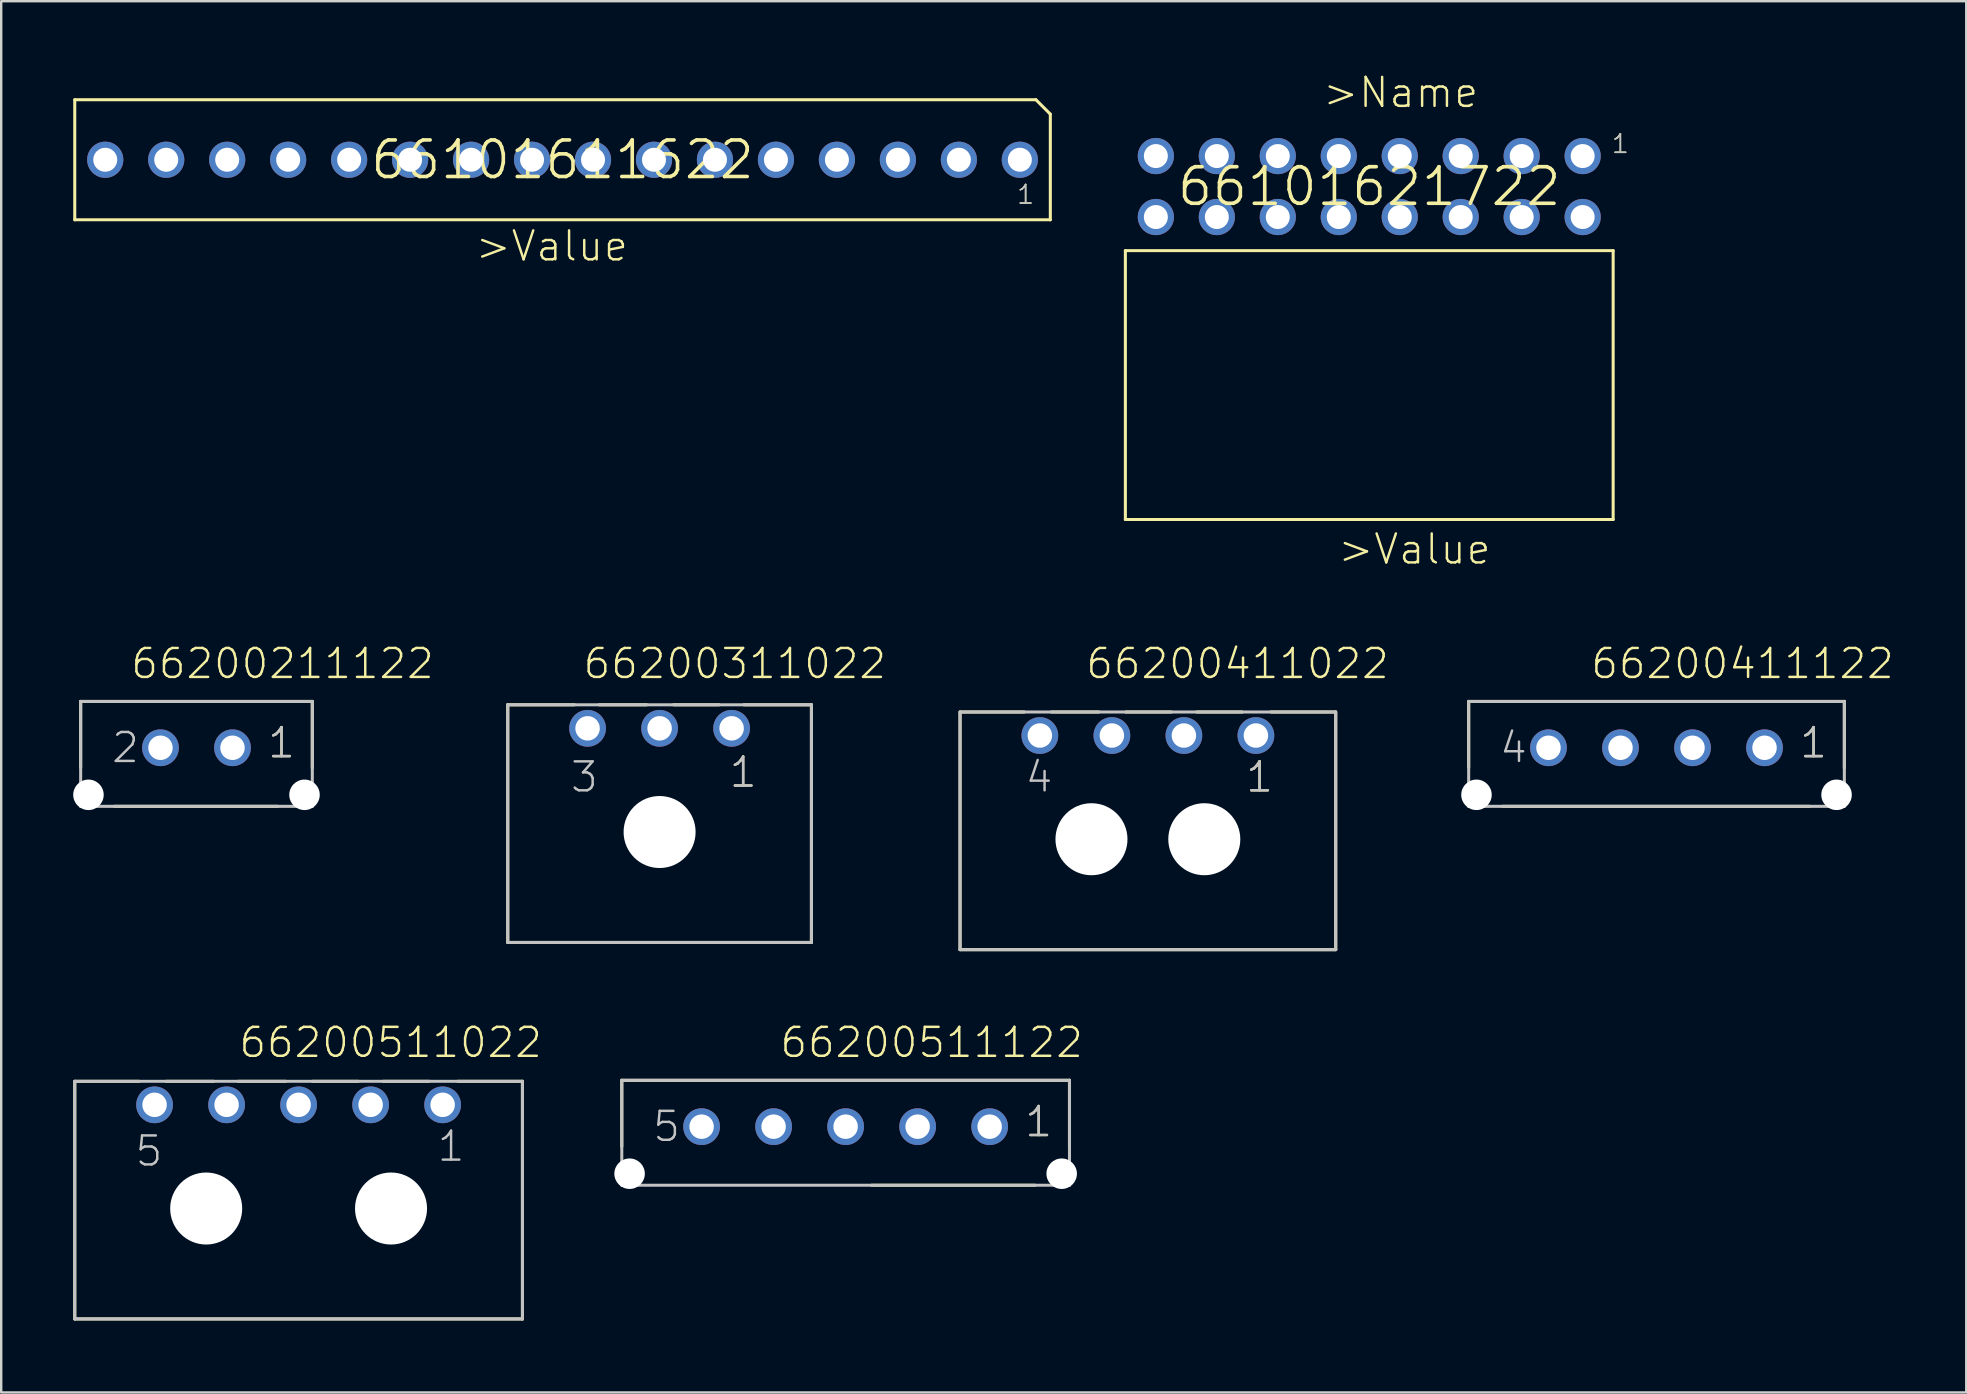
<source format=kicad_pcb>
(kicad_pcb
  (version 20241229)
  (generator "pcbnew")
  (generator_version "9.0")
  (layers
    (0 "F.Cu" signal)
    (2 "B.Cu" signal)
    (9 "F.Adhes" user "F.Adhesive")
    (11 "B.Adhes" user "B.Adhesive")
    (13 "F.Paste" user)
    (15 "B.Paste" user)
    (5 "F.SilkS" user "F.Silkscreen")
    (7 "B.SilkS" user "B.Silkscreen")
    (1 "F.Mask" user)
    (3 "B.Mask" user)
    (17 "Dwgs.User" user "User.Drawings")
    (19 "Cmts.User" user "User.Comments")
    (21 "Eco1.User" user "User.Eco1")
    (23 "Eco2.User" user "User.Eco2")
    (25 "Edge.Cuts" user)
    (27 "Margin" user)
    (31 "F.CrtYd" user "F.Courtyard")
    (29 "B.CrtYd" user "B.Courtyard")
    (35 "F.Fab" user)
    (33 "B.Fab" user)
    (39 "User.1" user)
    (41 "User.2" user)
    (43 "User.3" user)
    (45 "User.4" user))
  (footprint "66200211122"
    (layer "F.Cu")
    (at 5.135 28.1)
    (property "Reference" "66200211122" (at -2.8 -2.8 0) (layer "F.SilkS") (effects (font (size 1.206 1.206) (thickness 0.102)) (justify left bottom)))
    (attr through_hole)
    (fp_line (start -4.825 -1.93) (end 4.825 -1.93) (stroke (width 0.127) (type solid)) (layer "F.SilkS"))
    (fp_line (start -4.825 0.825) (end -4.825 -1.93) (stroke (width 0.127) (type solid)) (layer "F.SilkS"))
    (fp_line (start -3.42 2.44) (end 3.39 2.44) (stroke (width 0.127) (type solid)) (layer "F.SilkS"))
    (fp_line (start 4.825 -1.93) (end 4.825 0.845) (stroke (width 0.127) (type solid)) (layer "F.SilkS"))
    (fp_line (start -4.825 -1.93) (end 4.825 -1.93) (stroke (width 0.127) (type solid)) (layer "Dwgs.User"))
    (fp_line (start -4.825 2.44) (end -4.825 -1.93) (stroke (width 0.127) (type solid)) (layer "Dwgs.User"))
    (fp_line (start 4.825 -1.93) (end 4.825 2.44) (stroke (width 0.127) (type solid)) (layer "Dwgs.User"))
    (fp_line (start 4.825 2.44) (end -4.825 2.44) (stroke (width 0.127) (type solid)) (layer "Dwgs.User"))
    (fp_text user "1" (at 2.9 0.5 0) (layer "F.SilkS") (effects (font (size 1.206 1.206) (thickness 0.102)) (justify left bottom)))
    (fp_text user "2" (at -3.6 0.7 0) (layer "Dwgs.User") (effects (font (size 1.206 1.206) (thickness 0.102)) (justify left bottom)))
    (fp_text user "1" (at 2.9 0.5 0) (layer "Dwgs.User") (effects (font (size 1.206 1.206) (thickness 0.102)) (justify left bottom)))
    (pad "" np_thru_hole circle (at -4.5 1.96) (size 1.27 1.27) (drill 1.27) (layers "*.Cu"))
    (pad "" np_thru_hole circle (at 4.5 1.96) (size 1.27 1.27) (drill 1.27) (layers "*.Cu"))
    (pad "1" thru_hole circle (at 1.5 0) (size 1.53 1.53) (drill 1.02) (layers "*.Cu" "*.Mask"))
    (pad "2" thru_hole circle (at -1.5 0) (size 1.53 1.53) (drill 1.02) (layers "*.Cu" "*.Mask")))
  (footprint "66200511122"
    (layer "F.Cu")
    (at 32.177 43.884)
    (property "Reference" "66200511122" (at -2.8 -2.8 0) (layer "F.SilkS") (effects (font (size 1.206 1.206) (thickness 0.102)) (justify left bottom)))
    (attr through_hole)
    (fp_line (start -9.325 -1.93) (end 9.325 -1.93) (stroke (width 0.127) (type solid)) (layer "F.SilkS"))
    (fp_line (start -9.325 0.825) (end -9.325 -1.93) (stroke (width 0.127) (type solid)) (layer "F.SilkS"))
    (fp_line (start 1.08 2.44) (end 7.89 2.44) (stroke (width 0.127) (type solid)) (layer "F.SilkS"))
    (fp_line (start 9.325 -1.93) (end 9.325 0.845) (stroke (width 0.127) (type solid)) (layer "F.SilkS"))
    (fp_line (start -9.325 -1.93) (end 9.325 -1.93) (stroke (width 0.127) (type solid)) (layer "Dwgs.User"))
    (fp_line (start -9.325 2.44) (end -9.325 -1.93) (stroke (width 0.127) (type solid)) (layer "Dwgs.User"))
    (fp_line (start 9.325 -1.93) (end 9.325 2.44) (stroke (width 0.127) (type solid)) (layer "Dwgs.User"))
    (fp_line (start 9.325 2.44) (end -9.325 2.44) (stroke (width 0.127) (type solid)) (layer "Dwgs.User"))
    (fp_text user "1" (at 7.4 0.5 0) (layer "F.SilkS") (effects (font (size 1.206 1.206) (thickness 0.102)) (justify left bottom)))
    (fp_text user "5" (at -8.1 0.7 0) (layer "Dwgs.User") (effects (font (size 1.206 1.206) (thickness 0.102)) (justify left bottom)))
    (fp_text user "1" (at 7.4 0.5 0) (layer "Dwgs.User") (effects (font (size 1.206 1.206) (thickness 0.102)) (justify left bottom)))
    (pad "" np_thru_hole circle (at -9 1.96) (size 1.27 1.27) (drill 1.27) (layers "*.Cu"))
    (pad "" np_thru_hole circle (at 9 1.96) (size 1.27 1.27) (drill 1.27) (layers "*.Cu"))
    (pad "1" thru_hole circle (at 6 0) (size 1.53 1.53) (drill 1.02) (layers "*.Cu" "*.Mask"))
    (pad "2" thru_hole circle (at 3 0) (size 1.53 1.53) (drill 1.02) (layers "*.Cu" "*.Mask"))
    (pad "3" thru_hole circle (at 0 0) (size 1.53 1.53) (drill 1.02) (layers "*.Cu" "*.Mask"))
    (pad "4" thru_hole circle (at -3 0) (size 1.53 1.53) (drill 1.02) (layers "*.Cu" "*.Mask"))
    (pad "5" thru_hole circle (at -6 0) (size 1.53 1.53) (drill 1.02) (layers "*.Cu" "*.Mask")))
  (footprint "66101621722"
    (layer "F.Cu")
    (at 53.99 4.721)
    (property "Reference" "66101621722" (at 0 0 0) (layer "F.SilkS") (effects (font (size 1.524 1.524) (thickness 0.15))))
    (attr through_hole)
    (fp_line (start -10.16 2.67) (end -10.16 13.87) (stroke (width 0.127) (type solid)) (layer "F.SilkS"))
    (fp_line (start -10.16 2.67) (end 10.16 2.67) (stroke (width 0.127) (type solid)) (layer "F.SilkS"))
    (fp_line (start -10.16 13.87) (end 10.16 13.87) (stroke (width 0.127) (type solid)) (layer "F.SilkS"))
    (fp_line (start 10.16 2.67) (end 10.16 13.87) (stroke (width 0.127) (type solid)) (layer "F.SilkS"))
    (fp_text user "1" (at 10.05 -1.33 0) (layer "F.SilkS") (effects (font (size 0.772 0.772) (thickness 0.065)) (justify left bottom)))
    (fp_text user ">Value" (at -1.37 15.81 0) (layer "F.SilkS") (effects (font (size 1.206 1.206) (thickness 0.102)) (justify left bottom)))
    (fp_text user ">Name" (at -2 -3.21 0) (layer "F.SilkS") (effects (font (size 1.206 1.206) (thickness 0.102)) (justify left bottom)))
    (fp_text user "1" (at 10.05 -1.33 0) (layer "Dwgs.User") (effects (font (size 0.772 0.772) (thickness 0.065)) (justify left bottom)))
    (pad "1" thru_hole circle (at 8.89 -1.27 180) (size 1.508 1.508) (drill 1) (layers "*.Cu" "*.Mask"))
    (pad "2" thru_hole circle (at 6.35 -1.27 180) (size 1.508 1.508) (drill 1) (layers "*.Cu" "*.Mask"))
    (pad "3" thru_hole circle (at 3.81 -1.27 180) (size 1.508 1.508) (drill 1) (layers "*.Cu" "*.Mask"))
    (pad "4" thru_hole circle (at 1.27 -1.27 180) (size 1.508 1.508) (drill 1) (layers "*.Cu" "*.Mask"))
    (pad "5" thru_hole circle (at -1.27 -1.27 180) (size 1.508 1.508) (drill 1) (layers "*.Cu" "*.Mask"))
    (pad "6" thru_hole circle (at -3.81 -1.27 180) (size 1.508 1.508) (drill 1) (layers "*.Cu" "*.Mask"))
    (pad "7" thru_hole circle (at -6.35 -1.27 180) (size 1.508 1.508) (drill 1) (layers "*.Cu" "*.Mask"))
    (pad "8" thru_hole circle (at -8.89 -1.27 180) (size 1.508 1.508) (drill 1) (layers "*.Cu" "*.Mask"))
    (pad "9" thru_hole circle (at -8.89 1.27 180) (size 1.508 1.508) (drill 1) (layers "*.Cu" "*.Mask"))
    (pad "10" thru_hole circle (at -6.35 1.27 180) (size 1.508 1.508) (drill 1) (layers "*.Cu" "*.Mask"))
    (pad "11" thru_hole circle (at -3.81 1.27 180) (size 1.508 1.508) (drill 1) (layers "*.Cu" "*.Mask"))
    (pad "12" thru_hole circle (at -1.27 1.27 180) (size 1.508 1.508) (drill 1) (layers "*.Cu" "*.Mask"))
    (pad "13" thru_hole circle (at 1.27 1.27 180) (size 1.508 1.508) (drill 1) (layers "*.Cu" "*.Mask"))
    (pad "14" thru_hole circle (at 3.81 1.27 180) (size 1.508 1.508) (drill 1) (layers "*.Cu" "*.Mask"))
    (pad "15" thru_hole circle (at 6.35 1.27 180) (size 1.508 1.508) (drill 1) (layers "*.Cu" "*.Mask"))
    (pad "16" thru_hole circle (at 8.89 1.27 180) (size 1.508 1.508) (drill 1) (layers "*.Cu" "*.Mask")))
  (footprint "66101611622"
    (layer "F.Cu")
    (at 20.384 3.605)
    (property "Reference" "66101611622" (at 0 0 0) (layer "F.SilkS") (effects (font (size 1.524 1.524) (thickness 0.15))))
    (attr through_hole)
    (fp_line (start -20.32 -2.5) (end -20.32 2.5) (stroke (width 0.127) (type solid)) (layer "F.SilkS"))
    (fp_line (start -20.32 -2.5) (end 19.72 -2.5) (stroke (width 0.127) (type solid)) (layer "F.SilkS"))
    (fp_line (start -20.32 2.5) (end 20.32 2.5) (stroke (width 0.127) (type solid)) (layer "F.SilkS"))
    (fp_line (start 19.72 -2.5) (end 20.32 -1.9) (stroke (width 0.127) (type solid)) (layer "F.SilkS"))
    (fp_line (start 20.32 -1.9) (end 20.32 2.5) (stroke (width 0.127) (type solid)) (layer "F.SilkS"))
    (fp_text user ">Value" (at -3.7 4.3 0) (layer "F.SilkS") (effects (font (size 1.206 1.206) (thickness 0.102)) (justify left bottom)))
    (fp_text user "1" (at 18.88 1.9 0) (layer "F.SilkS") (effects (font (size 0.772 0.772) (thickness 0.065)) (justify left bottom)))
    (fp_text user "" (at -3.8 -3.3 0) (layer "F.SilkS") (effects (font (size 1.206 1.206) (thickness 0.102)) (justify left bottom)))
    (fp_text user "1" (at 18.88 1.9 0) (layer "Dwgs.User") (effects (font (size 0.772 0.772) (thickness 0.065)) (justify left bottom)))
    (pad "1" thru_hole circle (at 19.05 0 180) (size 1.508 1.508) (drill 1) (layers "*.Cu" "*.Mask"))
    (pad "2" thru_hole circle (at 16.51 0 180) (size 1.508 1.508) (drill 1) (layers "*.Cu" "*.Mask"))
    (pad "3" thru_hole circle (at 13.97 0 180) (size 1.508 1.508) (drill 1) (layers "*.Cu" "*.Mask"))
    (pad "4" thru_hole circle (at 11.43 0 180) (size 1.508 1.508) (drill 1) (layers "*.Cu" "*.Mask"))
    (pad "5" thru_hole circle (at 8.89 0 180) (size 1.508 1.508) (drill 1) (layers "*.Cu" "*.Mask"))
    (pad "6" thru_hole circle (at 6.35 0 180) (size 1.508 1.508) (drill 1) (layers "*.Cu" "*.Mask"))
    (pad "7" thru_hole circle (at 3.81 0 180) (size 1.508 1.508) (drill 1) (layers "*.Cu" "*.Mask"))
    (pad "8" thru_hole circle (at 1.27 0 180) (size 1.508 1.508) (drill 1) (layers "*.Cu" "*.Mask"))
    (pad "9" thru_hole circle (at -1.27 0 180) (size 1.508 1.508) (drill 1) (layers "*.Cu" "*.Mask"))
    (pad "10" thru_hole circle (at -3.81 0 180) (size 1.508 1.508) (drill 1) (layers "*.Cu" "*.Mask"))
    (pad "11" thru_hole circle (at -6.35 0 180) (size 1.508 1.508) (drill 1) (layers "*.Cu" "*.Mask"))
    (pad "12" thru_hole circle (at -8.89 0 180) (size 1.508 1.508) (drill 1) (layers "*.Cu" "*.Mask"))
    (pad "13" thru_hole circle (at -11.43 0 180) (size 1.508 1.508) (drill 1) (layers "*.Cu" "*.Mask"))
    (pad "14" thru_hole circle (at -13.97 0 180) (size 1.508 1.508) (drill 1) (layers "*.Cu" "*.Mask"))
    (pad "15" thru_hole circle (at -16.51 0 180) (size 1.508 1.508) (drill 1) (layers "*.Cu" "*.Mask"))
    (pad "16" thru_hole circle (at -19.05 0 180) (size 1.508 1.508) (drill 1) (layers "*.Cu" "*.Mask")))
  (footprint "66200411122"
    (layer "F.Cu")
    (at 65.956 28.1)
    (property "Reference" "66200411122" (at -2.8 -2.8 0) (layer "F.SilkS") (effects (font (size 1.206 1.206) (thickness 0.102)) (justify left bottom)))
    (attr through_hole)
    (fp_line (start -7.825 -1.93) (end 7.825 -1.93) (stroke (width 0.127) (type solid)) (layer "F.SilkS"))
    (fp_line (start -7.825 0.825) (end -7.825 -1.93) (stroke (width 0.127) (type solid)) (layer "F.SilkS"))
    (fp_line (start -6.42 2.44) (end 6.39 2.44) (stroke (width 0.127) (type solid)) (layer "F.SilkS"))
    (fp_line (start 7.825 -1.93) (end 7.825 0.845) (stroke (width 0.127) (type solid)) (layer "F.SilkS"))
    (fp_line (start -7.825 -1.93) (end 7.825 -1.93) (stroke (width 0.127) (type solid)) (layer "Dwgs.User"))
    (fp_line (start -7.825 2.44) (end -7.825 -1.93) (stroke (width 0.127) (type solid)) (layer "Dwgs.User"))
    (fp_line (start 7.825 -1.93) (end 7.825 2.44) (stroke (width 0.127) (type solid)) (layer "Dwgs.User"))
    (fp_line (start 7.825 2.44) (end -7.825 2.44) (stroke (width 0.127) (type solid)) (layer "Dwgs.User"))
    (fp_text user "1" (at 5.9 0.5 0) (layer "F.SilkS") (effects (font (size 1.206 1.206) (thickness 0.102)) (justify left bottom)))
    (fp_text user "1" (at 5.9 0.5 0) (layer "Dwgs.User") (effects (font (size 1.206 1.206) (thickness 0.102)) (justify left bottom)))
    (fp_text user "4" (at -6.6 0.7 0) (layer "Dwgs.User") (effects (font (size 1.206 1.206) (thickness 0.102)) (justify left bottom)))
    (pad "" np_thru_hole circle (at -7.5 1.96) (size 1.27 1.27) (drill 1.27) (layers "*.Cu"))
    (pad "" np_thru_hole circle (at 7.5 1.96) (size 1.27 1.27) (drill 1.27) (layers "*.Cu"))
    (pad "1" thru_hole circle (at 4.5 0) (size 1.53 1.53) (drill 1.02) (layers "*.Cu" "*.Mask"))
    (pad "2" thru_hole circle (at 1.5 0) (size 1.53 1.53) (drill 1.02) (layers "*.Cu" "*.Mask"))
    (pad "3" thru_hole circle (at -1.5 0) (size 1.53 1.53) (drill 1.02) (layers "*.Cu" "*.Mask"))
    (pad "4" thru_hole circle (at -4.5 0) (size 1.53 1.53) (drill 1.02) (layers "*.Cu" "*.Mask")))
  (footprint "66200511022"
    (layer "F.Cu")
    (at 9.389 47.294)
    (property "Reference" "66200511022" (at -2.55 -6.21 0) (layer "F.SilkS") (effects (font (size 1.206 1.206) (thickness 0.102)) (justify left bottom)))
    (attr through_hole)
    (fp_line (start -9.325 4.6) (end -9.325 -5.3) (stroke (width 0.127) (type solid)) (layer "F.SilkS"))
    (fp_line (start -9.3 -5.3) (end -6.65 -5.3) (stroke (width 0.127) (type solid)) (layer "F.SilkS"))
    (fp_line (start -5.52 -5.3) (end -3.54 -5.3) (stroke (width 0.127) (type solid)) (layer "F.SilkS"))
    (fp_line (start -2.52 -5.3) (end -0.54 -5.3) (stroke (width 0.127) (type solid)) (layer "F.SilkS"))
    (fp_line (start 0.58 -5.3) (end 2.48 -5.3) (stroke (width 0.127) (type solid)) (layer "F.SilkS"))
    (fp_line (start 3.53 -5.3) (end 5.43 -5.3) (stroke (width 0.127) (type solid)) (layer "F.SilkS"))
    (fp_line (start 6.63 -5.3) (end 9.3 -5.3) (stroke (width 0.127) (type solid)) (layer "F.SilkS"))
    (fp_line (start 9.325 -5.3) (end 9.325 4.6) (stroke (width 0.127) (type solid)) (layer "F.SilkS"))
    (fp_line (start 9.325 4.6) (end -9.325 4.6) (stroke (width 0.127) (type solid)) (layer "F.SilkS"))
    (fp_line (start -9.325 -5.3) (end 9.325 -5.3) (stroke (width 0.127) (type solid)) (layer "Dwgs.User"))
    (fp_line (start -9.325 4.6) (end -9.325 -5.3) (stroke (width 0.127) (type solid)) (layer "Dwgs.User"))
    (fp_line (start 9.325 -5.3) (end 9.325 4.6) (stroke (width 0.127) (type solid)) (layer "Dwgs.User"))
    (fp_line (start 9.325 4.6) (end -9.325 4.6) (stroke (width 0.127) (type solid)) (layer "Dwgs.User"))
    (fp_text user "1" (at 5.71 -1.885 0) (layer "Dwgs.User") (effects (font (size 1.206 1.206) (thickness 0.102)) (justify left bottom)))
    (fp_text user "5" (at -6.875 -1.685 0) (layer "Dwgs.User") (effects (font (size 1.206 1.206) (thickness 0.102)) (justify left bottom)))
    (pad "" np_thru_hole circle (at -3.85 0) (size 3 3) (drill 3) (layers "*.Cu"))
    (pad "" np_thru_hole circle (at 3.85 0) (size 3 3) (drill 3) (layers "*.Cu"))
    (pad "1" thru_hole circle (at 6 -4.32) (size 1.53 1.53) (drill 1.02) (layers "*.Cu" "*.Mask"))
    (pad "2" thru_hole circle (at 3 -4.32) (size 1.53 1.53) (drill 1.02) (layers "*.Cu" "*.Mask"))
    (pad "3" thru_hole circle (at 0 -4.32) (size 1.53 1.53) (drill 1.02) (layers "*.Cu" "*.Mask"))
    (pad "4" thru_hole circle (at -3 -4.32) (size 1.53 1.53) (drill 1.02) (layers "*.Cu" "*.Mask"))
    (pad "5" thru_hole circle (at -6 -4.32) (size 1.53 1.53) (drill 1.02) (layers "*.Cu" "*.Mask")))
  (footprint "66200311022"
    (layer "F.Cu")
    (at 24.427 31.61)
    (property "Reference" "66200311022" (at -3.25 -6.31 0) (layer "F.SilkS") (effects (font (size 1.206 1.206) (thickness 0.102)) (justify left bottom)))
    (attr through_hole)
    (fp_line (start -6.325 4.6) (end -6.325 -5.3) (stroke (width 0.127) (type solid)) (layer "F.SilkS"))
    (fp_line (start -6.32 -5.3) (end -6.32 -5.31) (stroke (width 0.127) (type solid)) (layer "F.SilkS"))
    (fp_line (start -3.55 -5.3) (end -6.32 -5.3) (stroke (width 0.127) (type solid)) (layer "F.SilkS"))
    (fp_line (start -2.52 -5.3) (end -0.54 -5.3) (stroke (width 0.127) (type solid)) (layer "F.SilkS"))
    (fp_line (start 0.58 -5.3) (end 2.48 -5.3) (stroke (width 0.127) (type solid)) (layer "F.SilkS"))
    (fp_line (start 3.51 -5.3) (end 6.33 -5.3) (stroke (width 0.127) (type solid)) (layer "F.SilkS"))
    (fp_line (start 6.325 -5.3) (end 6.325 4.6) (stroke (width 0.127) (type solid)) (layer "F.SilkS"))
    (fp_line (start 6.325 4.6) (end -6.325 4.6) (stroke (width 0.127) (type solid)) (layer "F.SilkS"))
    (fp_line (start -6.325 -5.3) (end 6.325 -5.3) (stroke (width 0.127) (type solid)) (layer "Dwgs.User"))
    (fp_line (start -6.325 4.6) (end -6.325 -5.3) (stroke (width 0.127) (type solid)) (layer "Dwgs.User"))
    (fp_line (start 6.325 -5.3) (end 6.325 4.6) (stroke (width 0.127) (type solid)) (layer "Dwgs.User"))
    (fp_line (start 6.325 4.6) (end -6.325 4.6) (stroke (width 0.127) (type solid)) (layer "Dwgs.User"))
    (fp_text user "1" (at 2.84 -1.785 0) (layer "F.SilkS") (effects (font (size 1.206 1.206) (thickness 0.102)) (justify left bottom)))
    (fp_text user "3" (at -3.775 -1.585 0) (layer "Dwgs.User") (effects (font (size 1.206 1.206) (thickness 0.102)) (justify left bottom)))
    (fp_text user "1" (at 2.84 -1.785 0) (layer "Dwgs.User") (effects (font (size 1.206 1.206) (thickness 0.102)) (justify left bottom)))
    (pad "" np_thru_hole circle (at 0 0) (size 3 3) (drill 3) (layers "*.Cu"))
    (pad "1" thru_hole circle (at 3 -4.32) (size 1.53 1.53) (drill 1.02) (layers "*.Cu" "*.Mask"))
    (pad "2" thru_hole circle (at 0 -4.32) (size 1.53 1.53) (drill 1.02) (layers "*.Cu" "*.Mask"))
    (pad "3" thru_hole circle (at -3 -4.32) (size 1.53 1.53) (drill 1.02) (layers "*.Cu" "*.Mask")))
  (footprint "66200411022"
    (layer "F.Cu")
    (at 44.768 31.91)
    (property "Reference" "66200411022" (at -2.65 -6.61 0) (layer "F.SilkS") (effects (font (size 1.206 1.206) (thickness 0.102)) (justify left bottom)))
    (attr through_hole)
    (fp_line (start -7.825 4.6) (end -7.825 -5.3) (stroke (width 0.127) (type solid)) (layer "F.SilkS"))
    (fp_line (start -7.8 -5.3) (end -5.15 -5.3) (stroke (width 0.127) (type solid)) (layer "F.SilkS"))
    (fp_line (start -4.02 -5.3) (end -2.04 -5.3) (stroke (width 0.127) (type solid)) (layer "F.SilkS"))
    (fp_line (start -0.92 -5.3) (end 0.98 -5.3) (stroke (width 0.127) (type solid)) (layer "F.SilkS"))
    (fp_line (start 2.03 -5.3) (end 3.93 -5.3) (stroke (width 0.127) (type solid)) (layer "F.SilkS"))
    (fp_line (start 5.13 -5.3) (end 7.8 -5.3) (stroke (width 0.127) (type solid)) (layer "F.SilkS"))
    (fp_line (start 7.825 -5.3) (end 7.825 4.6) (stroke (width 0.127) (type solid)) (layer "F.SilkS"))
    (fp_line (start 7.825 4.6) (end -7.825 4.6) (stroke (width 0.127) (type solid)) (layer "F.SilkS"))
    (fp_line (start -7.825 -5.3) (end 7.825 -5.3) (stroke (width 0.127) (type solid)) (layer "Dwgs.User"))
    (fp_line (start -7.825 4.6) (end -7.825 -5.3) (stroke (width 0.127) (type solid)) (layer "Dwgs.User"))
    (fp_line (start 7.825 -5.3) (end 7.825 4.6) (stroke (width 0.127) (type solid)) (layer "Dwgs.User"))
    (fp_line (start 7.825 4.6) (end -7.825 4.6) (stroke (width 0.127) (type solid)) (layer "Dwgs.User"))
    (fp_text user "1" (at 4.01 -1.885 0) (layer "F.SilkS") (effects (font (size 1.206 1.206) (thickness 0.102)) (justify left bottom)))
    (fp_text user "4" (at -5.175 -1.885 0) (layer "Dwgs.User") (effects (font (size 1.206 1.206) (thickness 0.102)) (justify left bottom)))
    (fp_text user "1" (at 4.01 -1.885 0) (layer "Dwgs.User") (effects (font (size 1.206 1.206) (thickness 0.102)) (justify left bottom)))
    (pad "" np_thru_hole circle (at -2.35 0) (size 3 3) (drill 3) (layers "*.Cu"))
    (pad "" np_thru_hole circle (at 2.35 0) (size 3 3) (drill 3) (layers "*.Cu"))
    (pad "1" thru_hole circle (at 4.5 -4.32) (size 1.53 1.53) (drill 1.02) (layers "*.Cu" "*.Mask"))
    (pad "2" thru_hole circle (at 1.5 -4.32) (size 1.53 1.53) (drill 1.02) (layers "*.Cu" "*.Mask"))
    (pad "3" thru_hole circle (at -1.5 -4.32) (size 1.53 1.53) (drill 1.02) (layers "*.Cu" "*.Mask"))
    (pad "4" thru_hole circle (at -4.5 -4.32) (size 1.53 1.53) (drill 1.02) (layers "*.Cu" "*.Mask")))
  (gr_rect
    (start -3 -3)
    (end 78.859 54.958)
    (stroke (width 0.1) (type default))
    (fill no)
    (layer "Edge.Cuts")))
</source>
